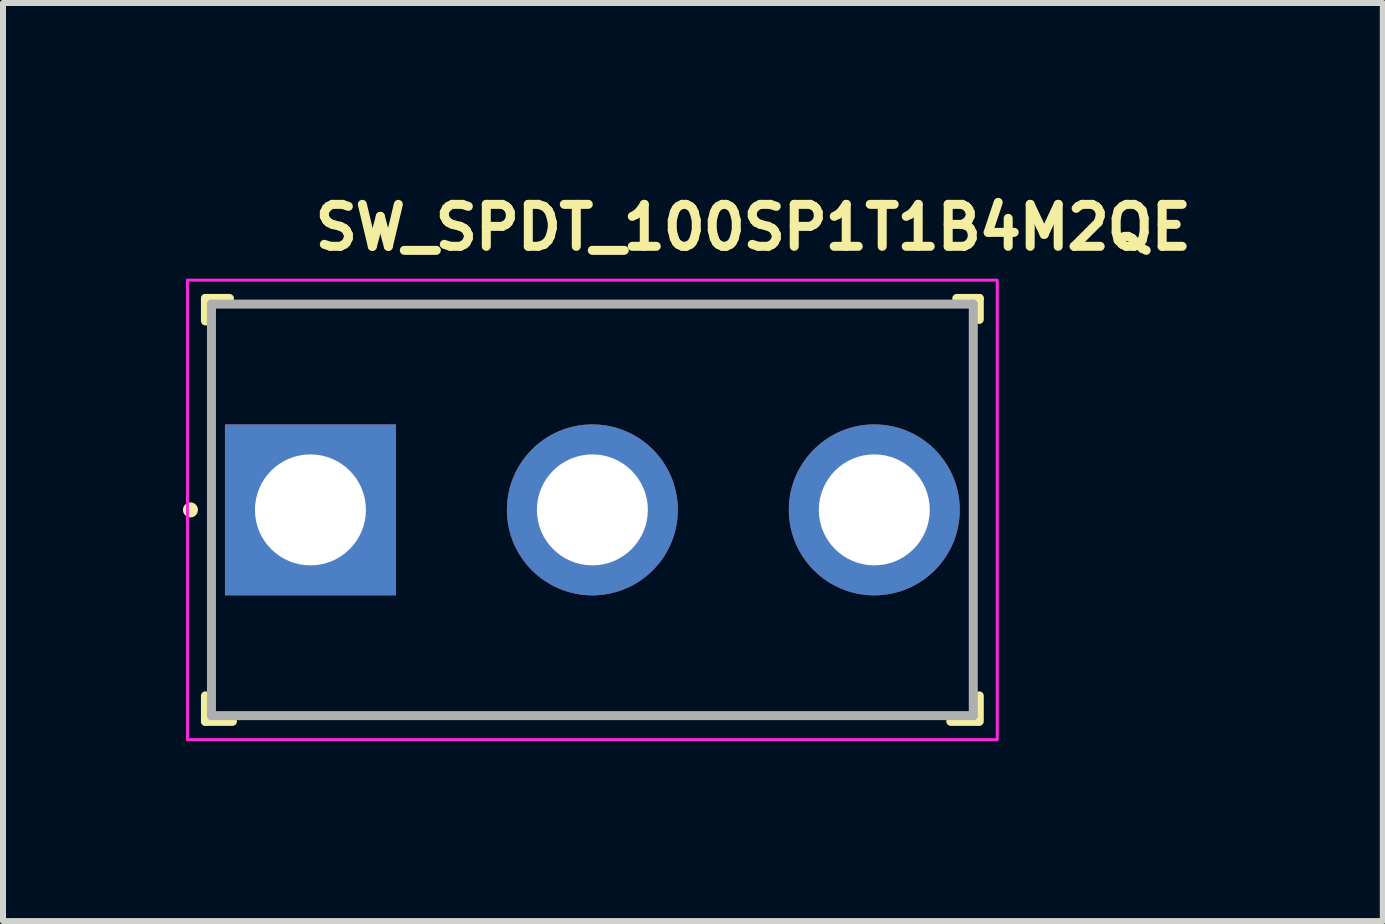
<source format=kicad_pcb>
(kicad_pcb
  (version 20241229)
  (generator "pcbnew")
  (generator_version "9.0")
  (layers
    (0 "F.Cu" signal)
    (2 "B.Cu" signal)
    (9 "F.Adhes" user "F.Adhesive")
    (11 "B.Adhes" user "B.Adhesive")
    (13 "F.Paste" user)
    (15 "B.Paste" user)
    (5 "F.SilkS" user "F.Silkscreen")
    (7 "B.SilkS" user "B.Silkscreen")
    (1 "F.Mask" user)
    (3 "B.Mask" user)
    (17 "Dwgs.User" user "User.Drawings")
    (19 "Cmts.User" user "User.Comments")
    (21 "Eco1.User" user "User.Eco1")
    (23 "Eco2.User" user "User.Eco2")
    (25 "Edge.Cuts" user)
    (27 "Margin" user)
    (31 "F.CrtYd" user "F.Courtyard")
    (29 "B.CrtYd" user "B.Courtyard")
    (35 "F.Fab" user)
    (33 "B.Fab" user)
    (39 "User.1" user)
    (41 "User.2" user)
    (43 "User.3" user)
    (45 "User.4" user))
  (footprint "SW_SPDT_100SP1T1B4M2QE"
    (layer "F.Cu")
    (at 2.125 5.45)
    (property "Reference" "SW_SPDT_100SP1T1B4M2QE" (at 0 -4.3 0) (layer "F.SilkS") (effects (font (size 0.7 0.7) (thickness 0.15)) (justify left bottom)))
    (attr through_hole)
    (fp_line (start -1.75 -3.525) (end -1.75 -3.15) (stroke (width 0.15) (type solid)) (layer "F.SilkS"))
    (fp_line (start -1.75 -3.525) (end -1.35 -3.525) (stroke (width 0.15) (type solid)) (layer "F.SilkS"))
    (fp_line (start -1.75 3.525) (end -1.75 3.1) (stroke (width 0.15) (type solid)) (layer "F.SilkS"))
    (fp_line (start -1.75 3.525) (end -1.3 3.525) (stroke (width 0.15) (type solid)) (layer "F.SilkS"))
    (fp_line (start 10.775 -3.525) (end 11.15 -3.525) (stroke (width 0.15) (type solid)) (layer "F.SilkS"))
    (fp_line (start 11.125 3.525) (end 10.675 3.525) (stroke (width 0.15) (type solid)) (layer "F.SilkS"))
    (fp_line (start 11.15 -3.525) (end 11.15 -3.175) (stroke (width 0.15) (type solid)) (layer "F.SilkS"))
    (fp_line (start 11.15 3.525) (end 11.15 3.1) (stroke (width 0.15) (type solid)) (layer "F.SilkS"))
    (fp_circle (center -2 0) (end -1.95 0) (stroke (width 0.15) (type solid)) (fill yes) (layer "F.SilkS"))
    (fp_rect (start -2.05 -3.83) (end 11.45 3.83) (stroke (width 0.05) (type solid)) (fill no) (layer "F.CrtYd"))
    (fp_line (start -1.65 -3.43) (end -1.65 3.43) (stroke (width 0.15) (type solid)) (layer "F.Fab"))
    (fp_line (start -1.65 -3.43) (end 11.05 -3.43) (stroke (width 0.15) (type solid)) (layer "F.Fab"))
    (fp_line (start -1.65 3.43) (end 11.05 3.43) (stroke (width 0.15) (type solid)) (layer "F.Fab"))
    (fp_line (start 11.05 3.43) (end 11.05 -3.43) (stroke (width 0.15) (type solid)) (layer "F.Fab"))
    (fp_rect (start -1.65 -3.43) (end 11.05 3.43) (stroke (width 0.1) (type solid)) (fill no) (layer "User.5"))
    (fp_line (start -1.65 -3.43) (end -0.05 -3.43) (stroke (width 0.02) (type solid)) (layer "User.9"))
    (fp_line (start -1.65 -2.67) (end -1.65 -3.43) (stroke (width 0.02) (type solid)) (layer "User.9"))
    (fp_line (start -1.65 -2.67) (end -1.65 2.67) (stroke (width 0.02) (type solid)) (layer "User.9"))
    (fp_line (start -1.65 3.43) (end -1.65 2.67) (stroke (width 0.02) (type solid)) (layer "User.9"))
    (fp_line (start -0.05 -3.43) (end -0.05 -3.388) (stroke (width 0.02) (type solid)) (layer "User.9"))
    (fp_line (start -0.05 -3.43) (end 9.45 -3.43) (stroke (width 0.02) (type solid)) (layer "User.9"))
    (fp_line (start -0.05 -3.388) (end -0.05 -3.11) (stroke (width 0.02) (type solid)) (layer "User.9"))
    (fp_line (start -0.05 -3.11) (end -0.05 -3.11) (stroke (width 0.02) (type solid)) (layer "User.9"))
    (fp_line (start -0.05 -3.11) (end -0.05 -2.67) (stroke (width 0.02) (type solid)) (layer "User.9"))
    (fp_line (start -0.05 -2.67) (end -1.65 -2.67) (stroke (width 0.02) (type solid)) (layer "User.9"))
    (fp_line (start -0.05 2.67) (end -1.65 2.67) (stroke (width 0.02) (type solid)) (layer "User.9"))
    (fp_line (start -0.05 2.67) (end -0.05 3.11) (stroke (width 0.02) (type solid)) (layer "User.9"))
    (fp_line (start -0.05 3.11) (end -0.05 3.11) (stroke (width 0.02) (type solid)) (layer "User.9"))
    (fp_line (start -0.05 3.11) (end -0.05 3.388) (stroke (width 0.02) (type solid)) (layer "User.9"))
    (fp_line (start -0.05 3.388) (end -0.05 3.43) (stroke (width 0.02) (type solid)) (layer "User.9"))
    (fp_line (start -0.05 3.43) (end -1.65 3.43) (stroke (width 0.02) (type solid)) (layer "User.9"))
    (fp_line (start -0.05 3.43) (end 9.45 3.43) (stroke (width 0.02) (type solid)) (layer "User.9"))
    (fp_line (start 1.59 0) (end 1.59 0) (stroke (width 0.02) (type solid)) (layer "User.9"))
    (fp_line (start 1.59 0) (end 1.594 0.151) (stroke (width 0.02) (type solid)) (layer "User.9"))
    (fp_line (start 1.594 -0.151) (end 1.59 0) (stroke (width 0.02) (type solid)) (layer "User.9"))
    (fp_line (start 1.594 0.151) (end 1.604 0.3) (stroke (width 0.02) (type solid)) (layer "User.9"))
    (fp_line (start 1.604 -0.3) (end 1.594 -0.151) (stroke (width 0.02) (type solid)) (layer "User.9"))
    (fp_line (start 1.604 0.3) (end 1.622 0.447) (stroke (width 0.02) (type solid)) (layer "User.9"))
    (fp_line (start 1.622 -0.447) (end 1.604 -0.3) (stroke (width 0.02) (type solid)) (layer "User.9"))
    (fp_line (start 1.622 0.447) (end 1.646 0.592) (stroke (width 0.02) (type solid)) (layer "User.9"))
    (fp_line (start 1.646 -0.592) (end 1.622 -0.447) (stroke (width 0.02) (type solid)) (layer "User.9"))
    (fp_line (start 1.646 0.592) (end 1.678 0.735) (stroke (width 0.02) (type solid)) (layer "User.9"))
    (fp_line (start 1.678 -0.735) (end 1.646 -0.592) (stroke (width 0.02) (type solid)) (layer "User.9"))
    (fp_line (start 1.678 0.735) (end 1.715 0.876) (stroke (width 0.02) (type solid)) (layer "User.9"))
    (fp_line (start 1.715 -0.876) (end 1.678 -0.735) (stroke (width 0.02) (type solid)) (layer "User.9"))
    (fp_line (start 1.715 0.876) (end 1.759 1.013) (stroke (width 0.02) (type solid)) (layer "User.9"))
    (fp_line (start 1.759 -1.013) (end 1.715 -0.876) (stroke (width 0.02) (type solid)) (layer "User.9"))
    (fp_line (start 1.759 1.013) (end 1.809 1.148) (stroke (width 0.02) (type solid)) (layer "User.9"))
    (fp_line (start 1.809 -1.148) (end 1.759 -1.013) (stroke (width 0.02) (type solid)) (layer "User.9"))
    (fp_line (start 1.809 1.148) (end 1.865 1.28) (stroke (width 0.02) (type solid)) (layer "User.9"))
    (fp_line (start 1.865 -1.28) (end 1.809 -1.148) (stroke (width 0.02) (type solid)) (layer "User.9"))
    (fp_line (start 1.865 1.28) (end 1.927 1.409) (stroke (width 0.02) (type solid)) (layer "User.9"))
    (fp_line (start 1.927 -1.409) (end 1.865 -1.28) (stroke (width 0.02) (type solid)) (layer "User.9"))
    (fp_line (start 1.927 1.409) (end 1.995 1.535) (stroke (width 0.02) (type solid)) (layer "User.9"))
    (fp_line (start 1.995 -1.535) (end 1.927 -1.409) (stroke (width 0.02) (type solid)) (layer "User.9"))
    (fp_line (start 1.995 1.535) (end 2.068 1.657) (stroke (width 0.02) (type solid)) (layer "User.9"))
    (fp_line (start 2.068 -1.657) (end 1.995 -1.535) (stroke (width 0.02) (type solid)) (layer "User.9"))
    (fp_line (start 2.068 1.657) (end 2.146 1.775) (stroke (width 0.02) (type solid)) (layer "User.9"))
    (fp_line (start 2.146 -1.775) (end 2.068 -1.657) (stroke (width 0.02) (type solid)) (layer "User.9"))
    (fp_line (start 2.146 1.775) (end 2.23 1.89) (stroke (width 0.02) (type solid)) (layer "User.9"))
    (fp_line (start 2.23 -1.89) (end 2.146 -1.775) (stroke (width 0.02) (type solid)) (layer "User.9"))
    (fp_line (start 2.23 1.89) (end 2.319 2) (stroke (width 0.02) (type solid)) (layer "User.9"))
    (fp_line (start 2.3 0) (end 2.3 0) (stroke (width 0.02) (type solid)) (layer "User.9"))
    (fp_line (start 2.3 0) (end 2.303 -0.115) (stroke (width 0.02) (type solid)) (layer "User.9"))
    (fp_line (start 2.303 -0.115) (end 2.311 -0.23) (stroke (width 0.02) (type solid)) (layer "User.9"))
    (fp_line (start 2.303 0.115) (end 2.3 0) (stroke (width 0.02) (type solid)) (layer "User.9"))
    (fp_line (start 2.311 -0.23) (end 2.324 -0.342) (stroke (width 0.02) (type solid)) (layer "User.9"))
    (fp_line (start 2.311 0.23) (end 2.303 0.115) (stroke (width 0.02) (type solid)) (layer "User.9"))
    (fp_line (start 2.319 -2) (end 2.23 -1.89) (stroke (width 0.02) (type solid)) (layer "User.9"))
    (fp_line (start 2.319 2) (end 2.412 2.107) (stroke (width 0.02) (type solid)) (layer "User.9"))
    (fp_line (start 2.324 -0.342) (end 2.343 -0.453) (stroke (width 0.02) (type solid)) (layer "User.9"))
    (fp_line (start 2.324 0.342) (end 2.311 0.23) (stroke (width 0.02) (type solid)) (layer "User.9"))
    (fp_line (start 2.343 -0.453) (end 2.367 -0.563) (stroke (width 0.02) (type solid)) (layer "User.9"))
    (fp_line (start 2.343 0.453) (end 2.324 0.342) (stroke (width 0.02) (type solid)) (layer "User.9"))
    (fp_line (start 2.367 -0.563) (end 2.395 -0.67) (stroke (width 0.02) (type solid)) (layer "User.9"))
    (fp_line (start 2.367 0.563) (end 2.343 0.453) (stroke (width 0.02) (type solid)) (layer "User.9"))
    (fp_line (start 2.395 -0.67) (end 2.428 -0.776) (stroke (width 0.02) (type solid)) (layer "User.9"))
    (fp_line (start 2.395 0.67) (end 2.367 0.563) (stroke (width 0.02) (type solid)) (layer "User.9"))
    (fp_line (start 2.412 -2.107) (end 2.319 -2) (stroke (width 0.02) (type solid)) (layer "User.9"))
    (fp_line (start 2.412 2.107) (end 2.511 2.209) (stroke (width 0.02) (type solid)) (layer "User.9"))
    (fp_line (start 2.428 -0.776) (end 2.466 -0.879) (stroke (width 0.02) (type solid)) (layer "User.9"))
    (fp_line (start 2.428 0.776) (end 2.395 0.67) (stroke (width 0.02) (type solid)) (layer "User.9"))
    (fp_line (start 2.466 -0.879) (end 2.509 -0.981) (stroke (width 0.02) (type solid)) (layer "User.9"))
    (fp_line (start 2.466 0.879) (end 2.428 0.776) (stroke (width 0.02) (type solid)) (layer "User.9"))
    (fp_line (start 2.509 -0.981) (end 2.556 -1.08) (stroke (width 0.02) (type solid)) (layer "User.9"))
    (fp_line (start 2.509 0.981) (end 2.466 0.879) (stroke (width 0.02) (type solid)) (layer "User.9"))
    (fp_line (start 2.511 -2.209) (end 2.412 -2.107) (stroke (width 0.02) (type solid)) (layer "User.9"))
    (fp_line (start 2.511 2.209) (end 2.613 2.306) (stroke (width 0.02) (type solid)) (layer "User.9"))
    (fp_line (start 2.556 -1.08) (end 2.608 -1.176) (stroke (width 0.02) (type solid)) (layer "User.9"))
    (fp_line (start 2.556 1.08) (end 2.509 0.981) (stroke (width 0.02) (type solid)) (layer "User.9"))
    (fp_line (start 2.6 0) (end 2.6 0) (stroke (width 0.02) (type solid)) (layer "User.9"))
    (fp_line (start 2.6 0) (end 2.603 0.108) (stroke (width 0.02) (type solid)) (layer "User.9"))
    (fp_line (start 2.603 -0.108) (end 2.6 0) (stroke (width 0.02) (type solid)) (layer "User.9"))
    (fp_line (start 2.603 0.108) (end 2.611 0.215) (stroke (width 0.02) (type solid)) (layer "User.9"))
    (fp_line (start 2.608 -1.176) (end 2.663 -1.27) (stroke (width 0.02) (type solid)) (layer "User.9"))
    (fp_line (start 2.608 1.176) (end 2.556 1.08) (stroke (width 0.02) (type solid)) (layer "User.9"))
    (fp_line (start 2.611 -0.215) (end 2.603 -0.108) (stroke (width 0.02) (type solid)) (layer "User.9"))
    (fp_line (start 2.611 0.215) (end 2.624 0.32) (stroke (width 0.02) (type solid)) (layer "User.9"))
    (fp_line (start 2.613 -2.306) (end 2.511 -2.209) (stroke (width 0.02) (type solid)) (layer "User.9"))
    (fp_line (start 2.613 2.306) (end 2.721 2.399) (stroke (width 0.02) (type solid)) (layer "User.9"))
    (fp_line (start 2.624 -0.32) (end 2.611 -0.215) (stroke (width 0.02) (type solid)) (layer "User.9"))
    (fp_line (start 2.624 0.32) (end 2.643 0.423) (stroke (width 0.02) (type solid)) (layer "User.9"))
    (fp_line (start 2.643 -0.423) (end 2.624 -0.32) (stroke (width 0.02) (type solid)) (layer "User.9"))
    (fp_line (start 2.643 0.423) (end 2.666 0.525) (stroke (width 0.02) (type solid)) (layer "User.9"))
    (fp_line (start 2.663 -1.27) (end 2.723 -1.361) (stroke (width 0.02) (type solid)) (layer "User.9"))
    (fp_line (start 2.663 1.27) (end 2.608 1.176) (stroke (width 0.02) (type solid)) (layer "User.9"))
    (fp_line (start 2.666 -0.525) (end 2.643 -0.423) (stroke (width 0.02) (type solid)) (layer "User.9"))
    (fp_line (start 2.666 0.525) (end 2.694 0.624) (stroke (width 0.02) (type solid)) (layer "User.9"))
    (fp_line (start 2.694 -0.624) (end 2.666 -0.525) (stroke (width 0.02) (type solid)) (layer "User.9"))
    (fp_line (start 2.694 0.624) (end 2.727 0.722) (stroke (width 0.02) (type solid)) (layer "User.9"))
    (fp_line (start 2.721 -2.399) (end 2.613 -2.306) (stroke (width 0.02) (type solid)) (layer "User.9"))
    (fp_line (start 2.721 2.399) (end 2.832 2.487) (stroke (width 0.02) (type solid)) (layer "User.9"))
    (fp_line (start 2.723 -1.361) (end 2.787 -1.449) (stroke (width 0.02) (type solid)) (layer "User.9"))
    (fp_line (start 2.723 1.361) (end 2.663 1.27) (stroke (width 0.02) (type solid)) (layer "User.9"))
    (fp_line (start 2.727 -0.722) (end 2.694 -0.624) (stroke (width 0.02) (type solid)) (layer "User.9"))
    (fp_line (start 2.727 0.722) (end 2.765 0.817) (stroke (width 0.02) (type solid)) (layer "User.9"))
    (fp_line (start 2.765 -0.817) (end 2.727 -0.722) (stroke (width 0.02) (type solid)) (layer "User.9"))
    (fp_line (start 2.765 0.817) (end 2.807 0.91) (stroke (width 0.02) (type solid)) (layer "User.9"))
    (fp_line (start 2.787 -1.449) (end 2.854 -1.534) (stroke (width 0.02) (type solid)) (layer "User.9"))
    (fp_line (start 2.787 1.449) (end 2.723 1.361) (stroke (width 0.02) (type solid)) (layer "User.9"))
    (fp_line (start 2.807 -0.91) (end 2.765 -0.817) (stroke (width 0.02) (type solid)) (layer "User.9"))
    (fp_line (start 2.807 0.91) (end 2.853 1.001) (stroke (width 0.02) (type solid)) (layer "User.9"))
    (fp_line (start 2.832 -2.487) (end 2.721 -2.399) (stroke (width 0.02) (type solid)) (layer "User.9"))
    (fp_line (start 2.832 2.487) (end 2.948 2.57) (stroke (width 0.02) (type solid)) (layer "User.9"))
    (fp_line (start 2.853 -1.001) (end 2.807 -0.91) (stroke (width 0.02) (type solid)) (layer "User.9"))
    (fp_line (start 2.853 1.001) (end 2.904 1.089) (stroke (width 0.02) (type solid)) (layer "User.9"))
    (fp_line (start 2.854 -1.534) (end 2.925 -1.616) (stroke (width 0.02) (type solid)) (layer "User.9"))
    (fp_line (start 2.854 1.534) (end 2.787 1.449) (stroke (width 0.02) (type solid)) (layer "User.9"))
    (fp_line (start 2.904 -1.089) (end 2.853 -1.001) (stroke (width 0.02) (type solid)) (layer "User.9"))
    (fp_line (start 2.904 1.089) (end 2.959 1.174) (stroke (width 0.02) (type solid)) (layer "User.9"))
    (fp_line (start 2.925 -1.616) (end 3 -1.694) (stroke (width 0.02) (type solid)) (layer "User.9"))
    (fp_line (start 2.925 1.616) (end 2.854 1.534) (stroke (width 0.02) (type solid)) (layer "User.9"))
    (fp_line (start 2.948 -2.57) (end 2.832 -2.487) (stroke (width 0.02) (type solid)) (layer "User.9"))
    (fp_line (start 2.948 2.57) (end 3.067 2.648) (stroke (width 0.02) (type solid)) (layer "User.9"))
    (fp_line (start 2.959 -1.174) (end 2.904 -1.089) (stroke (width 0.02) (type solid)) (layer "User.9"))
    (fp_line (start 2.959 1.174) (end 3.017 1.256) (stroke (width 0.02) (type solid)) (layer "User.9"))
    (fp_line (start 3 -1.694) (end 3.078 -1.769) (stroke (width 0.02) (type solid)) (layer "User.9"))
    (fp_line (start 3 1.694) (end 2.925 1.616) (stroke (width 0.02) (type solid)) (layer "User.9"))
    (fp_line (start 3.017 -1.256) (end 2.959 -1.174) (stroke (width 0.02) (type solid)) (layer "User.9"))
    (fp_line (start 3.017 1.256) (end 3.08 1.336) (stroke (width 0.02) (type solid)) (layer "User.9"))
    (fp_line (start 3.067 -2.648) (end 2.948 -2.57) (stroke (width 0.02) (type solid)) (layer "User.9"))
    (fp_line (start 3.067 2.648) (end 3.191 2.72) (stroke (width 0.02) (type solid)) (layer "User.9"))
    (fp_line (start 3.075 0) (end 3.075 0) (stroke (width 0.02) (type solid)) (layer "User.9"))
    (fp_line (start 3.075 0) (end 3.076 0.068) (stroke (width 0.02) (type solid)) (layer "User.9"))
    (fp_line (start 3.076 -0.07) (end 3.075 0) (stroke (width 0.02) (type solid)) (layer "User.9"))
    (fp_line (start 3.076 0.068) (end 3.081 0.137) (stroke (width 0.02) (type solid)) (layer "User.9"))
    (fp_line (start 3.078 -1.769) (end 3.16 -1.841) (stroke (width 0.02) (type solid)) (layer "User.9"))
    (fp_line (start 3.078 1.769) (end 3 1.694) (stroke (width 0.02) (type solid)) (layer "User.9"))
    (fp_line (start 3.08 -1.336) (end 3.017 -1.256) (stroke (width 0.02) (type solid)) (layer "User.9"))
    (fp_line (start 3.08 1.336) (end 3.146 1.412) (stroke (width 0.02) (type solid)) (layer "User.9"))
    (fp_line (start 3.081 -0.139) (end 3.076 -0.07) (stroke (width 0.02) (type solid)) (layer "User.9"))
    (fp_line (start 3.081 0.137) (end 3.089 0.206) (stroke (width 0.02) (type solid)) (layer "User.9"))
    (fp_line (start 3.089 -0.209) (end 3.081 -0.139) (stroke (width 0.02) (type solid)) (layer "User.9"))
    (fp_line (start 3.089 0.206) (end 3.101 0.275) (stroke (width 0.02) (type solid)) (layer "User.9"))
    (fp_line (start 3.101 -0.279) (end 3.089 -0.209) (stroke (width 0.02) (type solid)) (layer "User.9"))
    (fp_line (start 3.101 0.275) (end 3.115 0.343) (stroke (width 0.02) (type solid)) (layer "User.9"))
    (fp_line (start 3.115 0.343) (end 3.134 0.411) (stroke (width 0.02) (type solid)) (layer "User.9"))
    (fp_line (start 3.117 -0.348) (end 3.101 -0.279) (stroke (width 0.02) (type solid)) (layer "User.9"))
    (fp_line (start 3.134 0.411) (end 3.155 0.478) (stroke (width 0.02) (type solid)) (layer "User.9"))
    (fp_line (start 3.136 -0.417) (end 3.117 -0.348) (stroke (width 0.02) (type solid)) (layer "User.9"))
    (fp_line (start 3.146 -1.412) (end 3.08 -1.336) (stroke (width 0.02) (type solid)) (layer "User.9"))
    (fp_line (start 3.146 1.412) (end 3.215 1.485) (stroke (width 0.02) (type solid)) (layer "User.9"))
    (fp_line (start 3.155 0.478) (end 3.18 0.544) (stroke (width 0.02) (type solid)) (layer "User.9"))
    (fp_line (start 3.158 -0.486) (end 3.136 -0.417) (stroke (width 0.02) (type solid)) (layer "User.9"))
    (fp_line (start 3.16 -1.841) (end 3.245 -1.909) (stroke (width 0.02) (type solid)) (layer "User.9"))
    (fp_line (start 3.16 1.841) (end 3.078 1.769) (stroke (width 0.02) (type solid)) (layer "User.9"))
    (fp_line (start 3.18 0.544) (end 3.208 0.61) (stroke (width 0.02) (type solid)) (layer "User.9"))
    (fp_line (start 3.184 -0.553) (end 3.158 -0.486) (stroke (width 0.02) (type solid)) (layer "User.9"))
    (fp_line (start 3.191 -2.72) (end 3.067 -2.648) (stroke (width 0.02) (type solid)) (layer "User.9"))
    (fp_line (start 3.191 2.72) (end 3.318 2.787) (stroke (width 0.02) (type solid)) (layer "User.9"))
    (fp_line (start 3.208 0.61) (end 3.239 0.674) (stroke (width 0.02) (type solid)) (layer "User.9"))
    (fp_line (start 3.212 -0.619) (end 3.184 -0.553) (stroke (width 0.02) (type solid)) (layer "User.9"))
    (fp_line (start 3.215 -1.485) (end 3.146 -1.412) (stroke (width 0.02) (type solid)) (layer "User.9"))
    (fp_line (start 3.215 1.485) (end 3.288 1.554) (stroke (width 0.02) (type solid)) (layer "User.9"))
    (fp_line (start 3.239 0.674) (end 3.274 0.736) (stroke (width 0.02) (type solid)) (layer "User.9"))
    (fp_line (start 3.245 -1.909) (end 3.333 -1.973) (stroke (width 0.02) (type solid)) (layer "User.9"))
    (fp_line (start 3.245 -0.684) (end 3.212 -0.619) (stroke (width 0.02) (type solid)) (layer "User.9"))
    (fp_line (start 3.245 1.909) (end 3.16 1.841) (stroke (width 0.02) (type solid)) (layer "User.9"))
    (fp_line (start 3.274 0.736) (end 3.311 0.797) (stroke (width 0.02) (type solid)) (layer "User.9"))
    (fp_line (start 3.28 -0.747) (end 3.245 -0.684) (stroke (width 0.02) (type solid)) (layer "User.9"))
    (fp_line (start 3.288 -1.554) (end 3.215 -1.485) (stroke (width 0.02) (type solid)) (layer "User.9"))
    (fp_line (start 3.288 1.554) (end 3.364 1.62) (stroke (width 0.02) (type solid)) (layer "User.9"))
    (fp_line (start 3.311 0.797) (end 3.351 0.856) (stroke (width 0.02) (type solid)) (layer "User.9"))
    (fp_line (start 3.318 -2.787) (end 3.191 -2.72) (stroke (width 0.02) (type solid)) (layer "User.9"))
    (fp_line (start 3.318 -0.809) (end 3.28 -0.747) (stroke (width 0.02) (type solid)) (layer "User.9"))
    (fp_line (start 3.318 2.787) (end 3.448 2.848) (stroke (width 0.02) (type solid)) (layer "User.9"))
    (fp_line (start 3.333 -1.973) (end 3.424 -2.033) (stroke (width 0.02) (type solid)) (layer "User.9"))
    (fp_line (start 3.333 1.973) (end 3.245 1.909) (stroke (width 0.02) (type solid)) (layer "User.9"))
    (fp_line (start 3.351 0.856) (end 3.395 0.914) (stroke (width 0.02) (type solid)) (layer "User.9"))
    (fp_line (start 3.36 -0.868) (end 3.318 -0.809) (stroke (width 0.02) (type solid)) (layer "User.9"))
    (fp_line (start 3.364 -1.62) (end 3.288 -1.554) (stroke (width 0.02) (type solid)) (layer "User.9"))
    (fp_line (start 3.364 1.62) (end 3.444 1.683) (stroke (width 0.02) (type solid)) (layer "User.9"))
    (fp_line (start 3.395 0.914) (end 3.441 0.968) (stroke (width 0.02) (type solid)) (layer "User.9"))
    (fp_line (start 3.405 -0.926) (end 3.36 -0.868) (stroke (width 0.02) (type solid)) (layer "User.9"))
    (fp_line (start 3.424 -2.033) (end 3.518 -2.089) (stroke (width 0.02) (type solid)) (layer "User.9"))
    (fp_line (start 3.424 2.033) (end 3.333 1.973) (stroke (width 0.02) (type solid)) (layer "User.9"))
    (fp_line (start 3.441 0.968) (end 3.49 1.021) (stroke (width 0.02) (type solid)) (layer "User.9"))
    (fp_line (start 3.444 -1.683) (end 3.364 -1.62) (stroke (width 0.02) (type solid)) (layer "User.9"))
    (fp_line (start 3.444 1.683) (end 3.526 1.741) (stroke (width 0.02) (type solid)) (layer "User.9"))
    (fp_line (start 3.448 -2.848) (end 3.318 -2.787) (stroke (width 0.02) (type solid)) (layer "User.9"))
    (fp_line (start 3.448 2.848) (end 3.582 2.903) (stroke (width 0.02) (type solid)) (layer "User.9"))
    (fp_line (start 3.452 -0.981) (end 3.405 -0.926) (stroke (width 0.02) (type solid)) (layer "User.9"))
    (fp_line (start 3.49 1.021) (end 3.49 1.021) (stroke (width 0.02) (type solid)) (layer "User.9"))
    (fp_line (start 3.49 1.021) (end 3.542 1.072) (stroke (width 0.02) (type solid)) (layer "User.9"))
    (fp_line (start 3.503 -1.034) (end 3.452 -0.981) (stroke (width 0.02) (type solid)) (layer "User.9"))
    (fp_line (start 3.503 -1.034) (end 3.503 -1.034) (stroke (width 0.02) (type solid)) (layer "User.9"))
    (fp_line (start 3.518 -2.089) (end 3.615 -2.141) (stroke (width 0.02) (type solid)) (layer "User.9"))
    (fp_line (start 3.518 2.089) (end 3.424 2.033) (stroke (width 0.02) (type solid)) (layer "User.9"))
    (fp_line (start 3.526 -1.741) (end 3.444 -1.683) (stroke (width 0.02) (type solid)) (layer "User.9"))
    (fp_line (start 3.526 1.741) (end 3.611 1.796) (stroke (width 0.02) (type solid)) (layer "User.9"))
    (fp_line (start 3.542 1.072) (end 3.597 1.121) (stroke (width 0.02) (type solid)) (layer "User.9"))
    (fp_line (start 3.556 -1.085) (end 3.503 -1.034) (stroke (width 0.02) (type solid)) (layer "User.9"))
    (fp_line (start 3.582 -2.903) (end 3.448 -2.848) (stroke (width 0.02) (type solid)) (layer "User.9"))
    (fp_line (start 3.582 2.903) (end 3.719 2.952) (stroke (width 0.02) (type solid)) (layer "User.9"))
    (fp_line (start 3.597 1.121) (end 3.654 1.166) (stroke (width 0.02) (type solid)) (layer "User.9"))
    (fp_line (start 3.611 -1.796) (end 3.526 -1.741) (stroke (width 0.02) (type solid)) (layer "User.9"))
    (fp_line (start 3.611 -1.132) (end 3.556 -1.085) (stroke (width 0.02) (type solid)) (layer "User.9"))
    (fp_line (start 3.611 1.796) (end 3.699 1.847) (stroke (width 0.02) (type solid)) (layer "User.9"))
    (fp_line (start 3.615 -2.141) (end 3.715 -2.189) (stroke (width 0.02) (type solid)) (layer "User.9"))
    (fp_line (start 3.615 2.141) (end 3.518 2.089) (stroke (width 0.02) (type solid)) (layer "User.9"))
    (fp_line (start 3.654 1.166) (end 3.714 1.209) (stroke (width 0.02) (type solid)) (layer "User.9"))
    (fp_line (start 3.669 -1.177) (end 3.611 -1.132) (stroke (width 0.02) (type solid)) (layer "User.9"))
    (fp_line (start 3.699 -1.847) (end 3.611 -1.796) (stroke (width 0.02) (type solid)) (layer "User.9"))
    (fp_line (start 3.699 1.847) (end 3.79 1.893) (stroke (width 0.02) (type solid)) (layer "User.9"))
    (fp_line (start 3.714 1.209) (end 3.775 1.248) (stroke (width 0.02) (type solid)) (layer "User.9"))
    (fp_line (start 3.715 -2.189) (end 3.817 -2.232) (stroke (width 0.02) (type solid)) (layer "User.9"))
    (fp_line (start 3.715 2.189) (end 3.615 2.141) (stroke (width 0.02) (type solid)) (layer "User.9"))
    (fp_line (start 3.719 -2.952) (end 3.582 -2.903) (stroke (width 0.02) (type solid)) (layer "User.9"))
    (fp_line (start 3.719 2.952) (end 3.858 2.994) (stroke (width 0.02) (type solid)) (layer "User.9"))
    (fp_line (start 3.728 -1.219) (end 3.669 -1.177) (stroke (width 0.02) (type solid)) (layer "User.9"))
    (fp_line (start 3.775 1.248) (end 3.838 1.284) (stroke (width 0.02) (type solid)) (layer "User.9"))
    (fp_line (start 3.79 -1.893) (end 3.699 -1.847) (stroke (width 0.02) (type solid)) (layer "User.9"))
    (fp_line (start 3.79 -1.257) (end 3.728 -1.219) (stroke (width 0.02) (type solid)) (layer "User.9"))
    (fp_line (start 3.79 1.893) (end 3.883 1.935) (stroke (width 0.02) (type solid)) (layer "User.9"))
    (fp_line (start 3.817 -2.232) (end 3.921 -2.27) (stroke (width 0.02) (type solid)) (layer "User.9"))
    (fp_line (start 3.817 2.232) (end 3.715 2.189) (stroke (width 0.02) (type solid)) (layer "User.9"))
    (fp_line (start 3.838 1.284) (end 3.902 1.317) (stroke (width 0.02) (type solid)) (layer "User.9"))
    (fp_line (start 3.853 -1.293) (end 3.79 -1.257) (stroke (width 0.02) (type solid)) (layer "User.9"))
    (fp_line (start 3.858 -2.994) (end 3.719 -2.952) (stroke (width 0.02) (type solid)) (layer "User.9"))
    (fp_line (start 3.858 2.994) (end 4.001 3.031) (stroke (width 0.02) (type solid)) (layer "User.9"))
    (fp_line (start 3.883 -1.935) (end 3.79 -1.893) (stroke (width 0.02) (type solid)) (layer "User.9"))
    (fp_line (start 3.883 1.935) (end 3.978 1.973) (stroke (width 0.02) (type solid)) (layer "User.9"))
    (fp_line (start 3.902 1.317) (end 3.968 1.347) (stroke (width 0.02) (type solid)) (layer "User.9"))
    (fp_line (start 3.918 -1.325) (end 3.853 -1.293) (stroke (width 0.02) (type solid)) (layer "User.9"))
    (fp_line (start 3.921 -2.27) (end 4.028 -2.304) (stroke (width 0.02) (type solid)) (layer "User.9"))
    (fp_line (start 3.921 2.27) (end 3.817 2.232) (stroke (width 0.02) (type solid)) (layer "User.9"))
    (fp_line (start 3.968 1.347) (end 4.036 1.373) (stroke (width 0.02) (type solid)) (layer "User.9"))
    (fp_line (start 3.978 -1.973) (end 3.883 -1.935) (stroke (width 0.02) (type solid)) (layer "User.9"))
    (fp_line (start 3.978 1.973) (end 4.076 2.006) (stroke (width 0.02) (type solid)) (layer "User.9"))
    (fp_line (start 3.984 -1.354) (end 3.918 -1.325) (stroke (width 0.02) (type solid)) (layer "User.9"))
    (fp_line (start 4.001 -3.031) (end 3.858 -2.994) (stroke (width 0.02) (type solid)) (layer "User.9"))
    (fp_line (start 4.001 3.031) (end 4.146 3.06) (stroke (width 0.02) (type solid)) (layer "User.9"))
    (fp_line (start 4.028 -2.304) (end 4.137 -2.333) (stroke (width 0.02) (type solid)) (layer "User.9"))
    (fp_line (start 4.028 2.304) (end 3.921 2.27) (stroke (width 0.02) (type solid)) (layer "User.9"))
    (fp_line (start 4.036 1.373) (end 4.104 1.397) (stroke (width 0.02) (type solid)) (layer "User.9"))
    (fp_line (start 4.052 -1.379) (end 3.984 -1.354) (stroke (width 0.02) (type solid)) (layer "User.9"))
    (fp_line (start 4.076 -2.006) (end 3.978 -1.973) (stroke (width 0.02) (type solid)) (layer "User.9"))
    (fp_line (start 4.076 2.006) (end 4.175 2.034) (stroke (width 0.02) (type solid)) (layer "User.9"))
    (fp_line (start 4.104 1.397) (end 4.172 1.416) (stroke (width 0.02) (type solid)) (layer "User.9"))
    (fp_line (start 4.12 -1.401) (end 4.052 -1.379) (stroke (width 0.02) (type solid)) (layer "User.9"))
    (fp_line (start 4.137 -2.333) (end 4.248 -2.357) (stroke (width 0.02) (type solid)) (layer "User.9"))
    (fp_line (start 4.137 2.333) (end 4.028 2.304) (stroke (width 0.02) (type solid)) (layer "User.9"))
    (fp_line (start 4.146 -3.06) (end 4.001 -3.031) (stroke (width 0.02) (type solid)) (layer "User.9"))
    (fp_line (start 4.146 3.06) (end 4.294 3.083) (stroke (width 0.02) (type solid)) (layer "User.9"))
    (fp_line (start 4.172 1.416) (end 4.242 1.433) (stroke (width 0.02) (type solid)) (layer "User.9"))
    (fp_line (start 4.175 -2.034) (end 4.076 -2.006) (stroke (width 0.02) (type solid)) (layer "User.9"))
    (fp_line (start 4.175 2.034) (end 4.277 2.057) (stroke (width 0.02) (type solid)) (layer "User.9"))
    (fp_line (start 4.189 -1.42) (end 4.12 -1.401) (stroke (width 0.02) (type solid)) (layer "User.9"))
    (fp_line (start 4.242 1.433) (end 4.312 1.445) (stroke (width 0.02) (type solid)) (layer "User.9"))
    (fp_line (start 4.248 -2.357) (end 4.361 -2.376) (stroke (width 0.02) (type solid)) (layer "User.9"))
    (fp_line (start 4.248 2.357) (end 4.137 2.333) (stroke (width 0.02) (type solid)) (layer "User.9"))
    (fp_line (start 4.258 -1.436) (end 4.189 -1.42) (stroke (width 0.02) (type solid)) (layer "User.9"))
    (fp_line (start 4.277 -2.057) (end 4.175 -2.034) (stroke (width 0.02) (type solid)) (layer "User.9"))
    (fp_line (start 4.277 2.057) (end 4.38 2.076) (stroke (width 0.02) (type solid)) (layer "User.9"))
    (fp_line (start 4.294 -3.083) (end 4.146 -3.06) (stroke (width 0.02) (type solid)) (layer "User.9"))
    (fp_line (start 4.294 3.083) (end 4.444 3.099) (stroke (width 0.02) (type solid)) (layer "User.9"))
    (fp_line (start 4.312 1.445) (end 4.382 1.455) (stroke (width 0.02) (type solid)) (layer "User.9"))
    (fp_line (start 4.328 -1.448) (end 4.258 -1.436) (stroke (width 0.02) (type solid)) (layer "User.9"))
    (fp_line (start 4.361 -2.376) (end 4.475 -2.389) (stroke (width 0.02) (type solid)) (layer "User.9"))
    (fp_line (start 4.361 2.376) (end 4.248 2.357) (stroke (width 0.02) (type solid)) (layer "User.9"))
    (fp_line (start 4.38 -2.076) (end 4.277 -2.057) (stroke (width 0.02) (type solid)) (layer "User.9"))
    (fp_line (start 4.38 2.076) (end 4.485 2.089) (stroke (width 0.02) (type solid)) (layer "User.9"))
    (fp_line (start 4.382 1.455) (end 4.452 1.46) (stroke (width 0.02) (type solid)) (layer "User.9"))
    (fp_line (start 4.398 -1.456) (end 4.328 -1.448) (stroke (width 0.02) (type solid)) (layer "User.9"))
    (fp_line (start 4.444 -3.099) (end 4.294 -3.083) (stroke (width 0.02) (type solid)) (layer "User.9"))
    (fp_line (start 4.444 -3.099) (end 4.444 -3.099) (stroke (width 0.02) (type solid)) (layer "User.9"))
    (fp_line (start 4.444 3.099) (end 4.444 3.099) (stroke (width 0.02) (type solid)) (layer "User.9"))
    (fp_line (start 4.444 3.099) (end 4.595 3.108) (stroke (width 0.02) (type solid)) (layer "User.9"))
    (fp_line (start 4.452 1.46) (end 4.521 1.462) (stroke (width 0.02) (type solid)) (layer "User.9"))
    (fp_line (start 4.468 -1.461) (end 4.398 -1.456) (stroke (width 0.02) (type solid)) (layer "User.9"))
    (fp_line (start 4.475 -2.389) (end 4.475 -2.389) (stroke (width 0.02) (type solid)) (layer "User.9"))
    (fp_line (start 4.475 -2.389) (end 4.59 -2.398) (stroke (width 0.02) (type solid)) (layer "User.9"))
    (fp_line (start 4.475 2.389) (end 4.361 2.376) (stroke (width 0.02) (type solid)) (layer "User.9"))
    (fp_line (start 4.475 2.389) (end 4.475 2.389) (stroke (width 0.02) (type solid)) (layer "User.9"))
    (fp_line (start 4.485 -2.089) (end 4.38 -2.076) (stroke (width 0.02) (type solid)) (layer "User.9"))
    (fp_line (start 4.485 2.089) (end 4.592 2.097) (stroke (width 0.02) (type solid)) (layer "User.9"))
    (fp_line (start 4.521 1.462) (end 4.521 1.462) (stroke (width 0.02) (type solid)) (layer "User.9"))
    (fp_line (start 4.521 1.462) (end 4.591 1.462) (stroke (width 0.02) (type solid)) (layer "User.9"))
    (fp_line (start 4.537 -1.462) (end 4.468 -1.461) (stroke (width 0.02) (type solid)) (layer "User.9"))
    (fp_line (start 4.59 -2.398) (end 4.705 -2.4) (stroke (width 0.02) (type solid)) (layer "User.9"))
    (fp_line (start 4.59 2.398) (end 4.475 2.389) (stroke (width 0.02) (type solid)) (layer "User.9"))
    (fp_line (start 4.591 1.462) (end 4.66 1.458) (stroke (width 0.02) (type solid)) (layer "User.9"))
    (fp_line (start 4.592 -2.097) (end 4.485 -2.089) (stroke (width 0.02) (type solid)) (layer "User.9"))
    (fp_line (start 4.592 2.097) (end 4.7 2.1) (stroke (width 0.02) (type solid)) (layer "User.9"))
    (fp_line (start 4.595 -3.108) (end 4.444 -3.099) (stroke (width 0.02) (type solid)) (layer "User.9"))
    (fp_line (start 4.595 3.108) (end 4.744 3.11) (stroke (width 0.02) (type solid)) (layer "User.9"))
    (fp_line (start 4.606 -1.461) (end 4.537 -1.462) (stroke (width 0.02) (type solid)) (layer "User.9"))
    (fp_line (start 4.66 1.458) (end 4.73 1.45) (stroke (width 0.02) (type solid)) (layer "User.9"))
    (fp_line (start 4.676 -1.456) (end 4.606 -1.461) (stroke (width 0.02) (type solid)) (layer "User.9"))
    (fp_line (start 4.7 -2.1) (end 4.592 -2.097) (stroke (width 0.02) (type solid)) (layer "User.9"))
    (fp_line (start 4.7 -2.1) (end 4.7 -2.1) (stroke (width 0.02) (type solid)) (layer "User.9"))
    (fp_line (start 4.7 2.1) (end 4.7 2.1) (stroke (width 0.02) (type solid)) (layer "User.9"))
    (fp_line (start 4.7 2.1) (end 4.808 2.097) (stroke (width 0.02) (type solid)) (layer "User.9"))
    (fp_line (start 4.705 -2.4) (end 4.818 -2.397) (stroke (width 0.02) (type solid)) (layer "User.9"))
    (fp_line (start 4.705 2.4) (end 4.59 2.398) (stroke (width 0.02) (type solid)) (layer "User.9"))
    (fp_line (start 4.73 1.45) (end 4.8 1.439) (stroke (width 0.02) (type solid)) (layer "User.9"))
    (fp_line (start 4.744 -3.11) (end 4.595 -3.108) (stroke (width 0.02) (type solid)) (layer "User.9"))
    (fp_line (start 4.744 3.11) (end 4.893 3.104) (stroke (width 0.02) (type solid)) (layer "User.9"))
    (fp_line (start 4.745 -1.448) (end 4.676 -1.456) (stroke (width 0.02) (type solid)) (layer "User.9"))
    (fp_line (start 4.8 1.439) (end 4.869 1.424) (stroke (width 0.02) (type solid)) (layer "User.9"))
    (fp_line (start 4.808 -2.097) (end 4.7 -2.1) (stroke (width 0.02) (type solid)) (layer "User.9"))
    (fp_line (start 4.808 2.097) (end 4.915 2.089) (stroke (width 0.02) (type solid)) (layer "User.9"))
    (fp_line (start 4.815 -1.436) (end 4.745 -1.448) (stroke (width 0.02) (type solid)) (layer "User.9"))
    (fp_line (start 4.818 -2.397) (end 4.931 -2.389) (stroke (width 0.02) (type solid)) (layer "User.9"))
    (fp_line (start 4.818 2.397) (end 4.705 2.4) (stroke (width 0.02) (type solid)) (layer "User.9"))
    (fp_line (start 4.869 1.424) (end 4.938 1.406) (stroke (width 0.02) (type solid)) (layer "User.9"))
    (fp_line (start 4.884 -1.421) (end 4.815 -1.436) (stroke (width 0.02) (type solid)) (layer "User.9"))
    (fp_line (start 4.893 -3.104) (end 4.744 -3.11) (stroke (width 0.02) (type solid)) (layer "User.9"))
    (fp_line (start 4.893 3.104) (end 5.039 3.092) (stroke (width 0.02) (type solid)) (layer "User.9"))
    (fp_line (start 4.915 -2.089) (end 4.808 -2.097) (stroke (width 0.02) (type solid)) (layer "User.9"))
    (fp_line (start 4.915 2.089) (end 5.02 2.076) (stroke (width 0.02) (type solid)) (layer "User.9"))
    (fp_line (start 4.931 -2.389) (end 5.042 -2.376) (stroke (width 0.02) (type solid)) (layer "User.9"))
    (fp_line (start 4.931 2.389) (end 4.818 2.397) (stroke (width 0.02) (type solid)) (layer "User.9"))
    (fp_line (start 4.938 1.406) (end 5.007 1.385) (stroke (width 0.02) (type solid)) (layer "User.9"))
    (fp_line (start 4.952 -1.402) (end 4.884 -1.421) (stroke (width 0.02) (type solid)) (layer "User.9"))
    (fp_line (start 5.007 1.385) (end 5.074 1.36) (stroke (width 0.02) (type solid)) (layer "User.9"))
    (fp_line (start 5.02 -2.076) (end 4.915 -2.089) (stroke (width 0.02) (type solid)) (layer "User.9"))
    (fp_line (start 5.02 -1.38) (end 4.952 -1.402) (stroke (width 0.02) (type solid)) (layer "User.9"))
    (fp_line (start 5.02 2.076) (end 5.123 2.057) (stroke (width 0.02) (type solid)) (layer "User.9"))
    (fp_line (start 5.039 -3.092) (end 4.893 -3.104) (stroke (width 0.02) (type solid)) (layer "User.9"))
    (fp_line (start 5.039 3.092) (end 5.184 3.073) (stroke (width 0.02) (type solid)) (layer "User.9"))
    (fp_line (start 5.042 -2.376) (end 5.152 -2.358) (stroke (width 0.02) (type solid)) (layer "User.9"))
    (fp_line (start 5.042 2.376) (end 4.931 2.389) (stroke (width 0.02) (type solid)) (layer "User.9"))
    (fp_line (start 5.074 1.36) (end 5.14 1.332) (stroke (width 0.02) (type solid)) (layer "User.9"))
    (fp_line (start 5.087 -1.355) (end 5.02 -1.38) (stroke (width 0.02) (type solid)) (layer "User.9"))
    (fp_line (start 5.123 -2.057) (end 5.02 -2.076) (stroke (width 0.02) (type solid)) (layer "User.9"))
    (fp_line (start 5.123 2.057) (end 5.225 2.034) (stroke (width 0.02) (type solid)) (layer "User.9"))
    (fp_line (start 5.14 1.332) (end 5.205 1.301) (stroke (width 0.02) (type solid)) (layer "User.9"))
    (fp_line (start 5.152 -2.358) (end 5.26 -2.334) (stroke (width 0.02) (type solid)) (layer "User.9"))
    (fp_line (start 5.152 2.358) (end 5.042 2.376) (stroke (width 0.02) (type solid)) (layer "User.9"))
    (fp_line (start 5.153 -1.326) (end 5.087 -1.355) (stroke (width 0.02) (type solid)) (layer "User.9"))
    (fp_line (start 5.184 -3.073) (end 5.039 -3.092) (stroke (width 0.02) (type solid)) (layer "User.9"))
    (fp_line (start 5.184 3.073) (end 5.327 3.047) (stroke (width 0.02) (type solid)) (layer "User.9"))
    (fp_line (start 5.205 1.301) (end 5.269 1.266) (stroke (width 0.02) (type solid)) (layer "User.9"))
    (fp_line (start 5.217 -1.295) (end 5.153 -1.326) (stroke (width 0.02) (type solid)) (layer "User.9"))
    (fp_line (start 5.225 -2.034) (end 5.123 -2.057) (stroke (width 0.02) (type solid)) (layer "User.9"))
    (fp_line (start 5.225 2.034) (end 5.324 2.006) (stroke (width 0.02) (type solid)) (layer "User.9"))
    (fp_line (start 5.26 -2.334) (end 5.366 -2.306) (stroke (width 0.02) (type solid)) (layer "User.9"))
    (fp_line (start 5.26 2.334) (end 5.152 2.358) (stroke (width 0.02) (type solid)) (layer "User.9"))
    (fp_line (start 5.269 1.266) (end 5.331 1.228) (stroke (width 0.02) (type solid)) (layer "User.9"))
    (fp_line (start 5.28 -1.26) (end 5.217 -1.295) (stroke (width 0.02) (type solid)) (layer "User.9"))
    (fp_line (start 5.324 -2.006) (end 5.225 -2.034) (stroke (width 0.02) (type solid)) (layer "User.9"))
    (fp_line (start 5.324 2.006) (end 5.422 1.973) (stroke (width 0.02) (type solid)) (layer "User.9"))
    (fp_line (start 5.327 -3.047) (end 5.184 -3.073) (stroke (width 0.02) (type solid)) (layer "User.9"))
    (fp_line (start 5.327 3.047) (end 5.468 3.014) (stroke (width 0.02) (type solid)) (layer "User.9"))
    (fp_line (start 5.331 1.228) (end 5.391 1.188) (stroke (width 0.02) (type solid)) (layer "User.9"))
    (fp_line (start 5.342 -1.222) (end 5.28 -1.26) (stroke (width 0.02) (type solid)) (layer "User.9"))
    (fp_line (start 5.366 -2.306) (end 5.471 -2.273) (stroke (width 0.02) (type solid)) (layer "User.9"))
    (fp_line (start 5.366 2.306) (end 5.26 2.334) (stroke (width 0.02) (type solid)) (layer "User.9"))
    (fp_line (start 5.391 1.188) (end 5.449 1.144) (stroke (width 0.02) (type solid)) (layer "User.9"))
    (fp_line (start 5.401 -1.18) (end 5.342 -1.222) (stroke (width 0.02) (type solid)) (layer "User.9"))
    (fp_line (start 5.422 -1.973) (end 5.324 -2.006) (stroke (width 0.02) (type solid)) (layer "User.9"))
    (fp_line (start 5.422 1.973) (end 5.517 1.935) (stroke (width 0.02) (type solid)) (layer "User.9"))
    (fp_line (start 5.449 1.144) (end 5.505 1.097) (stroke (width 0.02) (type solid)) (layer "User.9"))
    (fp_line (start 5.459 -1.136) (end 5.401 -1.18) (stroke (width 0.02) (type solid)) (layer "User.9"))
    (fp_line (start 5.468 -3.014) (end 5.327 -3.047) (stroke (width 0.02) (type solid)) (layer "User.9"))
    (fp_line (start 5.468 3.014) (end 5.607 2.976) (stroke (width 0.02) (type solid)) (layer "User.9"))
    (fp_line (start 5.471 -2.273) (end 5.574 -2.236) (stroke (width 0.02) (type solid)) (layer "User.9"))
    (fp_line (start 5.471 2.273) (end 5.366 2.306) (stroke (width 0.02) (type solid)) (layer "User.9"))
    (fp_line (start 5.505 1.097) (end 5.558 1.047) (stroke (width 0.02) (type solid)) (layer "User.9"))
    (fp_line (start 5.514 -1.089) (end 5.459 -1.136) (stroke (width 0.02) (type solid)) (layer "User.9"))
    (fp_line (start 5.517 -1.935) (end 5.422 -1.973) (stroke (width 0.02) (type solid)) (layer "User.9"))
    (fp_line (start 5.517 1.935) (end 5.61 1.893) (stroke (width 0.02) (type solid)) (layer "User.9"))
    (fp_line (start 5.558 1.047) (end 5.558 1.047) (stroke (width 0.02) (type solid)) (layer "User.9"))
    (fp_line (start 5.558 1.047) (end 5.61 0.995) (stroke (width 0.02) (type solid)) (layer "User.9"))
    (fp_line (start 5.566 -1.039) (end 5.514 -1.089) (stroke (width 0.02) (type solid)) (layer "User.9"))
    (fp_line (start 5.566 -1.039) (end 5.566 -1.039) (stroke (width 0.02) (type solid)) (layer "User.9"))
    (fp_line (start 5.574 -2.236) (end 5.675 -2.193) (stroke (width 0.02) (type solid)) (layer "User.9"))
    (fp_line (start 5.574 2.236) (end 5.471 2.273) (stroke (width 0.02) (type solid)) (layer "User.9"))
    (fp_line (start 5.607 -2.976) (end 5.468 -3.014) (stroke (width 0.02) (type solid)) (layer "User.9"))
    (fp_line (start 5.607 2.976) (end 5.743 2.931) (stroke (width 0.02) (type solid)) (layer "User.9"))
    (fp_line (start 5.61 -1.893) (end 5.517 -1.935) (stroke (width 0.02) (type solid)) (layer "User.9"))
    (fp_line (start 5.61 0.995) (end 5.658 0.94) (stroke (width 0.02) (type solid)) (layer "User.9"))
    (fp_line (start 5.61 1.893) (end 5.701 1.847) (stroke (width 0.02) (type solid)) (layer "User.9"))
    (fp_line (start 5.618 -0.985) (end 5.566 -1.039) (stroke (width 0.02) (type solid)) (layer "User.9"))
    (fp_line (start 5.658 0.94) (end 5.704 0.883) (stroke (width 0.02) (type solid)) (layer "User.9"))
    (fp_line (start 5.667 -0.929) (end 5.618 -0.985) (stroke (width 0.02) (type solid)) (layer "User.9"))
    (fp_line (start 5.675 -2.193) (end 5.773 -2.147) (stroke (width 0.02) (type solid)) (layer "User.9"))
    (fp_line (start 5.675 2.193) (end 5.574 2.236) (stroke (width 0.02) (type solid)) (layer "User.9"))
    (fp_line (start 5.701 -1.847) (end 5.61 -1.893) (stroke (width 0.02) (type solid)) (layer "User.9"))
    (fp_line (start 5.701 1.847) (end 5.789 1.796) (stroke (width 0.02) (type solid)) (layer "User.9"))
    (fp_line (start 5.704 0.883) (end 5.746 0.824) (stroke (width 0.02) (type solid)) (layer "User.9"))
    (fp_line (start 5.713 -0.87) (end 5.667 -0.929) (stroke (width 0.02) (type solid)) (layer "User.9"))
    (fp_line (start 5.743 -2.931) (end 5.607 -2.976) (stroke (width 0.02) (type solid)) (layer "User.9"))
    (fp_line (start 5.743 2.931) (end 5.876 2.879) (stroke (width 0.02) (type solid)) (layer "User.9"))
    (fp_line (start 5.746 0.824) (end 5.785 0.762) (stroke (width 0.02) (type solid)) (layer "User.9"))
    (fp_line (start 5.755 -0.81) (end 5.713 -0.87) (stroke (width 0.02) (type solid)) (layer "User.9"))
    (fp_line (start 5.773 -2.147) (end 5.869 -2.096) (stroke (width 0.02) (type solid)) (layer "User.9"))
    (fp_line (start 5.773 2.147) (end 5.675 2.193) (stroke (width 0.02) (type solid)) (layer "User.9"))
    (fp_line (start 5.785 0.762) (end 5.821 0.699) (stroke (width 0.02) (type solid)) (layer "User.9"))
    (fp_line (start 5.789 -1.796) (end 5.701 -1.847) (stroke (width 0.02) (type solid)) (layer "User.9"))
    (fp_line (start 5.789 1.796) (end 5.874 1.741) (stroke (width 0.02) (type solid)) (layer "User.9"))
    (fp_line (start 5.795 -0.747) (end 5.755 -0.81) (stroke (width 0.02) (type solid)) (layer "User.9"))
    (fp_line (start 5.821 0.699) (end 5.854 0.635) (stroke (width 0.02) (type solid)) (layer "User.9"))
    (fp_line (start 5.831 -0.682) (end 5.795 -0.747) (stroke (width 0.02) (type solid)) (layer "User.9"))
    (fp_line (start 5.854 0.635) (end 5.884 0.569) (stroke (width 0.02) (type solid)) (layer "User.9"))
    (fp_line (start 5.863 -0.616) (end 5.831 -0.682) (stroke (width 0.02) (type solid)) (layer "User.9"))
    (fp_line (start 5.869 -2.096) (end 5.963 -2.041) (stroke (width 0.02) (type solid)) (layer "User.9"))
    (fp_line (start 5.869 2.096) (end 5.773 2.147) (stroke (width 0.02) (type solid)) (layer "User.9"))
    (fp_line (start 5.874 -1.741) (end 5.789 -1.796) (stroke (width 0.02) (type solid)) (layer "User.9"))
    (fp_line (start 5.874 1.741) (end 5.956 1.683) (stroke (width 0.02) (type solid)) (layer "User.9"))
    (fp_line (start 5.876 -2.879) (end 5.743 -2.931) (stroke (width 0.02) (type solid)) (layer "User.9"))
    (fp_line (start 5.876 2.879) (end 6.007 2.822) (stroke (width 0.02) (type solid)) (layer "User.9"))
    (fp_line (start 5.884 0.569) (end 5.911 0.502) (stroke (width 0.02) (type solid)) (layer "User.9"))
    (fp_line (start 5.893 -0.548) (end 5.863 -0.616) (stroke (width 0.02) (type solid)) (layer "User.9"))
    (fp_line (start 5.911 0.502) (end 5.934 0.434) (stroke (width 0.02) (type solid)) (layer "User.9"))
    (fp_line (start 5.918 -0.48) (end 5.893 -0.548) (stroke (width 0.02) (type solid)) (layer "User.9"))
    (fp_line (start 5.934 0.434) (end 5.953 0.365) (stroke (width 0.02) (type solid)) (layer "User.9"))
    (fp_line (start 5.941 -0.41) (end 5.918 -0.48) (stroke (width 0.02) (type solid)) (layer "User.9"))
    (fp_line (start 5.953 0.365) (end 5.97 0.295) (stroke (width 0.02) (type solid)) (layer "User.9"))
    (fp_line (start 5.956 -1.683) (end 5.874 -1.741) (stroke (width 0.02) (type solid)) (layer "User.9"))
    (fp_line (start 5.956 1.683) (end 6.036 1.62) (stroke (width 0.02) (type solid)) (layer "User.9"))
    (fp_line (start 5.96 -0.34) (end 5.941 -0.41) (stroke (width 0.02) (type solid)) (layer "User.9"))
    (fp_line (start 5.963 -2.041) (end 6.054 -1.982) (stroke (width 0.02) (type solid)) (layer "User.9"))
    (fp_line (start 5.963 2.041) (end 5.869 2.096) (stroke (width 0.02) (type solid)) (layer "User.9"))
    (fp_line (start 5.97 0.295) (end 5.983 0.225) (stroke (width 0.02) (type solid)) (layer "User.9"))
    (fp_line (start 5.975 -0.269) (end 5.96 -0.34) (stroke (width 0.02) (type solid)) (layer "User.9"))
    (fp_line (start 5.983 0.225) (end 5.992 0.155) (stroke (width 0.02) (type solid)) (layer "User.9"))
    (fp_line (start 5.987 -0.198) (end 5.975 -0.269) (stroke (width 0.02) (type solid)) (layer "User.9"))
    (fp_line (start 5.992 0.155) (end 5.997 0.085) (stroke (width 0.02) (type solid)) (layer "User.9"))
    (fp_line (start 5.995 -0.126) (end 5.987 -0.198) (stroke (width 0.02) (type solid)) (layer "User.9"))
    (fp_line (start 5.997 0.085) (end 6 0.016) (stroke (width 0.02) (type solid)) (layer "User.9"))
    (fp_line (start 5.999 -0.055) (end 5.995 -0.126) (stroke (width 0.02) (type solid)) (layer "User.9"))
    (fp_line (start 6 0.016) (end 5.999 -0.055) (stroke (width 0.02) (type solid)) (layer "User.9"))
    (fp_line (start 6 0.016) (end 6 0.016) (stroke (width 0.02) (type solid)) (layer "User.9"))
    (fp_line (start 6.007 -2.822) (end 5.876 -2.879) (stroke (width 0.02) (type solid)) (layer "User.9"))
    (fp_line (start 6.007 2.822) (end 6.135 2.76) (stroke (width 0.02) (type solid)) (layer "User.9"))
    (fp_line (start 6.036 -1.62) (end 5.956 -1.683) (stroke (width 0.02) (type solid)) (layer "User.9"))
    (fp_line (start 6.036 1.62) (end 6.112 1.554) (stroke (width 0.02) (type solid)) (layer "User.9"))
    (fp_line (start 6.054 -1.982) (end 6.142 -1.918) (stroke (width 0.02) (type solid)) (layer "User.9"))
    (fp_line (start 6.054 1.982) (end 5.963 2.041) (stroke (width 0.02) (type solid)) (layer "User.9"))
    (fp_line (start 6.112 -1.554) (end 6.036 -1.62) (stroke (width 0.02) (type solid)) (layer "User.9"))
    (fp_line (start 6.112 1.554) (end 6.185 1.485) (stroke (width 0.02) (type solid)) (layer "User.9"))
    (fp_line (start 6.135 -2.76) (end 6.007 -2.822) (stroke (width 0.02) (type solid)) (layer "User.9"))
    (fp_line (start 6.135 2.76) (end 6.259 2.691) (stroke (width 0.02) (type solid)) (layer "User.9"))
    (fp_line (start 6.142 -1.918) (end 6.228 -1.851) (stroke (width 0.02) (type solid)) (layer "User.9"))
    (fp_line (start 6.142 1.918) (end 6.054 1.982) (stroke (width 0.02) (type solid)) (layer "User.9"))
    (fp_line (start 6.185 -1.485) (end 6.112 -1.554) (stroke (width 0.02) (type solid)) (layer "User.9"))
    (fp_line (start 6.185 1.485) (end 6.254 1.412) (stroke (width 0.02) (type solid)) (layer "User.9"))
    (fp_line (start 6.228 -1.851) (end 6.31 -1.78) (stroke (width 0.02) (type solid)) (layer "User.9"))
    (fp_line (start 6.228 1.851) (end 6.142 1.918) (stroke (width 0.02) (type solid)) (layer "User.9"))
    (fp_line (start 6.254 -1.412) (end 6.185 -1.485) (stroke (width 0.02) (type solid)) (layer "User.9"))
    (fp_line (start 6.254 1.412) (end 6.32 1.336) (stroke (width 0.02) (type solid)) (layer "User.9"))
    (fp_line (start 6.259 -2.691) (end 6.135 -2.76) (stroke (width 0.02) (type solid)) (layer "User.9"))
    (fp_line (start 6.259 2.691) (end 6.38 2.617) (stroke (width 0.02) (type solid)) (layer "User.9"))
    (fp_line (start 6.31 -1.78) (end 6.389 -1.705) (stroke (width 0.02) (type solid)) (layer "User.9"))
    (fp_line (start 6.31 1.78) (end 6.228 1.851) (stroke (width 0.02) (type solid)) (layer "User.9"))
    (fp_line (start 6.32 -1.336) (end 6.254 -1.412) (stroke (width 0.02) (type solid)) (layer "User.9"))
    (fp_line (start 6.32 1.336) (end 6.383 1.256) (stroke (width 0.02) (type solid)) (layer "User.9"))
    (fp_line (start 6.38 -2.617) (end 6.259 -2.691) (stroke (width 0.02) (type solid)) (layer "User.9"))
    (fp_line (start 6.38 2.617) (end 6.498 2.538) (stroke (width 0.02) (type solid)) (layer "User.9"))
    (fp_line (start 6.383 -1.256) (end 6.32 -1.336) (stroke (width 0.02) (type solid)) (layer "User.9"))
    (fp_line (start 6.383 1.256) (end 6.441 1.174) (stroke (width 0.02) (type solid)) (layer "User.9"))
    (fp_line (start 6.389 -1.705) (end 6.464 -1.627) (stroke (width 0.02) (type solid)) (layer "User.9"))
    (fp_line (start 6.389 1.705) (end 6.31 1.78) (stroke (width 0.02) (type solid)) (layer "User.9"))
    (fp_line (start 6.441 -1.174) (end 6.383 -1.256) (stroke (width 0.02) (type solid)) (layer "User.9"))
    (fp_line (start 6.441 1.174) (end 6.496 1.089) (stroke (width 0.02) (type solid)) (layer "User.9"))
    (fp_line (start 6.464 -1.627) (end 6.536 -1.546) (stroke (width 0.02) (type solid)) (layer "User.9"))
    (fp_line (start 6.464 1.627) (end 6.389 1.705) (stroke (width 0.02) (type solid)) (layer "User.9"))
    (fp_line (start 6.496 -1.089) (end 6.441 -1.174) (stroke (width 0.02) (type solid)) (layer "User.9"))
    (fp_line (start 6.496 1.089) (end 6.547 1.001) (stroke (width 0.02) (type solid)) (layer "User.9"))
    (fp_line (start 6.498 -2.538) (end 6.38 -2.617) (stroke (width 0.02) (type solid)) (layer "User.9"))
    (fp_line (start 6.498 2.538) (end 6.611 2.453) (stroke (width 0.02) (type solid)) (layer "User.9"))
    (fp_line (start 6.536 -1.546) (end 6.605 -1.46) (stroke (width 0.02) (type solid)) (layer "User.9"))
    (fp_line (start 6.536 1.546) (end 6.464 1.627) (stroke (width 0.02) (type solid)) (layer "User.9"))
    (fp_line (start 6.547 -1.001) (end 6.496 -1.089) (stroke (width 0.02) (type solid)) (layer "User.9"))
    (fp_line (start 6.547 1.001) (end 6.593 0.91) (stroke (width 0.02) (type solid)) (layer "User.9"))
    (fp_line (start 6.593 -0.91) (end 6.547 -1.001) (stroke (width 0.02) (type solid)) (layer "User.9"))
    (fp_line (start 6.593 0.91) (end 6.635 0.817) (stroke (width 0.02) (type solid)) (layer "User.9"))
    (fp_line (start 6.605 -1.46) (end 6.67 -1.372) (stroke (width 0.02) (type solid)) (layer "User.9"))
    (fp_line (start 6.605 1.46) (end 6.536 1.546) (stroke (width 0.02) (type solid)) (layer "User.9"))
    (fp_line (start 6.611 -2.453) (end 6.498 -2.538) (stroke (width 0.02) (type solid)) (layer "User.9"))
    (fp_line (start 6.611 2.453) (end 6.721 2.364) (stroke (width 0.02) (type solid)) (layer "User.9"))
    (fp_line (start 6.635 -0.817) (end 6.593 -0.91) (stroke (width 0.02) (type solid)) (layer "User.9"))
    (fp_line (start 6.635 0.817) (end 6.673 0.722) (stroke (width 0.02) (type solid)) (layer "User.9"))
    (fp_line (start 6.67 -1.372) (end 6.73 -1.281) (stroke (width 0.02) (type solid)) (layer "User.9"))
    (fp_line (start 6.67 1.372) (end 6.605 1.46) (stroke (width 0.02) (type solid)) (layer "User.9"))
    (fp_line (start 6.673 -0.722) (end 6.635 -0.817) (stroke (width 0.02) (type solid)) (layer "User.9"))
    (fp_line (start 6.673 0.722) (end 6.706 0.624) (stroke (width 0.02) (type solid)) (layer "User.9"))
    (fp_line (start 6.706 -0.624) (end 6.673 -0.722) (stroke (width 0.02) (type solid)) (layer "User.9"))
    (fp_line (start 6.706 0.624) (end 6.734 0.525) (stroke (width 0.02) (type solid)) (layer "User.9"))
    (fp_line (start 6.721 -2.364) (end 6.611 -2.453) (stroke (width 0.02) (type solid)) (layer "User.9"))
    (fp_line (start 6.721 2.364) (end 6.827 2.269) (stroke (width 0.02) (type solid)) (layer "User.9"))
    (fp_line (start 6.73 -1.281) (end 6.787 -1.186) (stroke (width 0.02) (type solid)) (layer "User.9"))
    (fp_line (start 6.73 1.281) (end 6.67 1.372) (stroke (width 0.02) (type solid)) (layer "User.9"))
    (fp_line (start 6.734 -0.525) (end 6.706 -0.624) (stroke (width 0.02) (type solid)) (layer "User.9"))
    (fp_line (start 6.734 0.525) (end 6.757 0.423) (stroke (width 0.02) (type solid)) (layer "User.9"))
    (fp_line (start 6.757 -0.423) (end 6.734 -0.525) (stroke (width 0.02) (type solid)) (layer "User.9"))
    (fp_line (start 6.757 0.423) (end 6.776 0.32) (stroke (width 0.02) (type solid)) (layer "User.9"))
    (fp_line (start 6.776 -0.32) (end 6.757 -0.423) (stroke (width 0.02) (type solid)) (layer "User.9"))
    (fp_line (start 6.776 0.32) (end 6.789 0.215) (stroke (width 0.02) (type solid)) (layer "User.9"))
    (fp_line (start 6.787 -1.186) (end 6.839 -1.089) (stroke (width 0.02) (type solid)) (layer "User.9"))
    (fp_line (start 6.787 1.186) (end 6.73 1.281) (stroke (width 0.02) (type solid)) (layer "User.9"))
    (fp_line (start 6.789 -0.215) (end 6.776 -0.32) (stroke (width 0.02) (type solid)) (layer "User.9"))
    (fp_line (start 6.789 0.215) (end 6.797 0.108) (stroke (width 0.02) (type solid)) (layer "User.9"))
    (fp_line (start 6.797 -0.108) (end 6.789 -0.215) (stroke (width 0.02) (type solid)) (layer "User.9"))
    (fp_line (start 6.797 0.108) (end 6.8 0) (stroke (width 0.02) (type solid)) (layer "User.9"))
    (fp_line (start 6.8 0) (end 6.797 -0.108) (stroke (width 0.02) (type solid)) (layer "User.9"))
    (fp_line (start 6.8 0) (end 6.8 0) (stroke (width 0.02) (type solid)) (layer "User.9"))
    (fp_line (start 6.8 0) (end 6.8 0) (stroke (width 0.02) (type solid)) (layer "User.9"))
    (fp_line (start 6.827 -2.269) (end 6.721 -2.364) (stroke (width 0.02) (type solid)) (layer "User.9"))
    (fp_line (start 6.827 2.269) (end 6.928 2.17) (stroke (width 0.02) (type solid)) (layer "User.9"))
    (fp_line (start 6.839 -1.089) (end 6.888 -0.988) (stroke (width 0.02) (type solid)) (layer "User.9"))
    (fp_line (start 6.839 1.089) (end 6.787 1.186) (stroke (width 0.02) (type solid)) (layer "User.9"))
    (fp_line (start 6.888 -0.988) (end 6.931 -0.885) (stroke (width 0.02) (type solid)) (layer "User.9"))
    (fp_line (start 6.888 0.988) (end 6.839 1.089) (stroke (width 0.02) (type solid)) (layer "User.9"))
    (fp_line (start 6.928 -2.17) (end 6.827 -2.269) (stroke (width 0.02) (type solid)) (layer "User.9"))
    (fp_line (start 6.928 2.17) (end 7.025 2.066) (stroke (width 0.02) (type solid)) (layer "User.9"))
    (fp_line (start 6.931 -0.885) (end 6.97 -0.779) (stroke (width 0.02) (type solid)) (layer "User.9"))
    (fp_line (start 6.931 0.885) (end 6.888 0.988) (stroke (width 0.02) (type solid)) (layer "User.9"))
    (fp_line (start 6.97 -0.779) (end 7.004 -0.671) (stroke (width 0.02) (type solid)) (layer "User.9"))
    (fp_line (start 6.97 0.779) (end 6.931 0.885) (stroke (width 0.02) (type solid)) (layer "User.9"))
    (fp_line (start 7.004 -0.671) (end 7.034 -0.561) (stroke (width 0.02) (type solid)) (layer "User.9"))
    (fp_line (start 7.004 0.671) (end 6.97 0.779) (stroke (width 0.02) (type solid)) (layer "User.9"))
    (fp_line (start 7.025 -2.066) (end 6.928 -2.17) (stroke (width 0.02) (type solid)) (layer "User.9"))
    (fp_line (start 7.025 2.066) (end 7.117 1.958) (stroke (width 0.02) (type solid)) (layer "User.9"))
    (fp_line (start 7.034 -0.561) (end 7.058 -0.448) (stroke (width 0.02) (type solid)) (layer "User.9"))
    (fp_line (start 7.034 0.561) (end 7.004 0.671) (stroke (width 0.02) (type solid)) (layer "User.9"))
    (fp_line (start 7.058 -0.51) (end 7.768 -0.51) (stroke (width 0.02) (type solid)) (layer "User.9"))
    (fp_line (start 7.058 -0.448) (end 7.058 -0.51) (stroke (width 0.02) (type solid)) (layer "User.9"))
    (fp_line (start 7.058 -0.448) (end 7.058 0.448) (stroke (width 0.02) (type solid)) (layer "User.9"))
    (fp_line (start 7.058 0.448) (end 7.034 0.561) (stroke (width 0.02) (type solid)) (layer "User.9"))
    (fp_line (start 7.058 0.51) (end 7.058 0.448) (stroke (width 0.02) (type solid)) (layer "User.9"))
    (fp_line (start 7.058 0.51) (end 7.768 0.51) (stroke (width 0.02) (type solid)) (layer "User.9"))
    (fp_line (start 7.117 -1.958) (end 7.025 -2.066) (stroke (width 0.02) (type solid)) (layer "User.9"))
    (fp_line (start 7.117 1.958) (end 7.204 1.845) (stroke (width 0.02) (type solid)) (layer "User.9"))
    (fp_line (start 7.204 -1.845) (end 7.117 -1.958) (stroke (width 0.02) (type solid)) (layer "User.9"))
    (fp_line (start 7.204 1.845) (end 7.286 1.728) (stroke (width 0.02) (type solid)) (layer "User.9"))
    (fp_line (start 7.286 -1.728) (end 7.204 -1.845) (stroke (width 0.02) (type solid)) (layer "User.9"))
    (fp_line (start 7.286 1.728) (end 7.363 1.607) (stroke (width 0.02) (type solid)) (layer "User.9"))
    (fp_line (start 7.363 -1.607) (end 7.286 -1.728) (stroke (width 0.02) (type solid)) (layer "User.9"))
    (fp_line (start 7.363 1.607) (end 7.435 1.482) (stroke (width 0.02) (type solid)) (layer "User.9"))
    (fp_line (start 7.435 -1.482) (end 7.363 -1.607) (stroke (width 0.02) (type solid)) (layer "User.9"))
    (fp_line (start 7.435 1.482) (end 7.501 1.353) (stroke (width 0.02) (type solid)) (layer "User.9"))
    (fp_line (start 7.501 -1.353) (end 7.435 -1.482) (stroke (width 0.02) (type solid)) (layer "User.9"))
    (fp_line (start 7.501 1.353) (end 7.561 1.221) (stroke (width 0.02) (type solid)) (layer "User.9"))
    (fp_line (start 7.561 -1.221) (end 7.501 -1.353) (stroke (width 0.02) (type solid)) (layer "User.9"))
    (fp_line (start 7.561 1.221) (end 7.615 1.085) (stroke (width 0.02) (type solid)) (layer "User.9"))
    (fp_line (start 7.615 -1.085) (end 7.561 -1.221) (stroke (width 0.02) (type solid)) (layer "User.9"))
    (fp_line (start 7.615 1.085) (end 7.663 0.946) (stroke (width 0.02) (type solid)) (layer "User.9"))
    (fp_line (start 7.663 -0.946) (end 7.615 -1.085) (stroke (width 0.02) (type solid)) (layer "User.9"))
    (fp_line (start 7.663 0.946) (end 7.705 0.804) (stroke (width 0.02) (type solid)) (layer "User.9"))
    (fp_line (start 7.705 -0.804) (end 7.663 -0.946) (stroke (width 0.02) (type solid)) (layer "User.9"))
    (fp_line (start 7.705 0.804) (end 7.74 0.658) (stroke (width 0.02) (type solid)) (layer "User.9"))
    (fp_line (start 7.74 -0.658) (end 7.705 -0.804) (stroke (width 0.02) (type solid)) (layer "User.9"))
    (fp_line (start 7.74 0.658) (end 7.768 0.51) (stroke (width 0.02) (type solid)) (layer "User.9"))
    (fp_line (start 7.768 -0.51) (end 7.058 -0.51) (stroke (width 0.02) (type solid)) (layer "User.9"))
    (fp_line (start 7.768 -0.51) (end 7.74 -0.658) (stroke (width 0.02) (type solid)) (layer "User.9"))
    (fp_line (start 7.768 0.51) (end 7.058 0.51) (stroke (width 0.02) (type solid)) (layer "User.9"))
    (fp_line (start 9.45 -3.43) (end 11.05 -3.43) (stroke (width 0.02) (type solid)) (layer "User.9"))
    (fp_line (start 9.45 -3.388) (end 9.45 -3.43) (stroke (width 0.02) (type solid)) (layer "User.9"))
    (fp_line (start 9.45 -3.11) (end 9.45 -3.388) (stroke (width 0.02) (type solid)) (layer "User.9"))
    (fp_line (start 9.45 -3.11) (end 9.45 -3.11) (stroke (width 0.02) (type solid)) (layer "User.9"))
    (fp_line (start 9.45 -2.67) (end 9.45 -3.11) (stroke (width 0.02) (type solid)) (layer "User.9"))
    (fp_line (start 9.45 -2.67) (end 11.05 -2.67) (stroke (width 0.02) (type solid)) (layer "User.9"))
    (fp_line (start 9.45 2.67) (end 11.05 2.67) (stroke (width 0.02) (type solid)) (layer "User.9"))
    (fp_line (start 9.45 3.11) (end 9.45 2.67) (stroke (width 0.02) (type solid)) (layer "User.9"))
    (fp_line (start 9.45 3.11) (end 9.45 3.11) (stroke (width 0.02) (type solid)) (layer "User.9"))
    (fp_line (start 9.45 3.388) (end 9.45 3.11) (stroke (width 0.02) (type solid)) (layer "User.9"))
    (fp_line (start 9.45 3.43) (end 9.45 3.388) (stroke (width 0.02) (type solid)) (layer "User.9"))
    (fp_line (start 11.05 -3.43) (end 11.05 -2.67) (stroke (width 0.02) (type solid)) (layer "User.9"))
    (fp_line (start 11.05 2.67) (end 11.05 -2.67) (stroke (width 0.02) (type solid)) (layer "User.9"))
    (fp_line (start 11.05 2.67) (end 11.05 3.43) (stroke (width 0.02) (type solid)) (layer "User.9"))
    (fp_line (start 11.05 3.43) (end 9.45 3.43) (stroke (width 0.02) (type solid)) (layer "User.9"))
    (pad "1" thru_hole rect (at 0 0) (size 2.85 2.85) (drill 1.85) (layers "*.Cu" "*.Mask"))
    (pad "2" thru_hole circle (at 4.7 0) (size 2.85 2.85) (drill 1.85) (layers "*.Cu" "*.Mask"))
    (pad "3" thru_hole circle (at 9.4 0) (size 2.85 2.85) (drill 1.85) (layers "*.Cu" "*.Mask")))
  (gr_rect
    (start -3 -3)
    (end 20.002 12.305)
    (stroke (width 0.1) (type default))
    (fill no)
    (layer "Edge.Cuts")))
</source>
